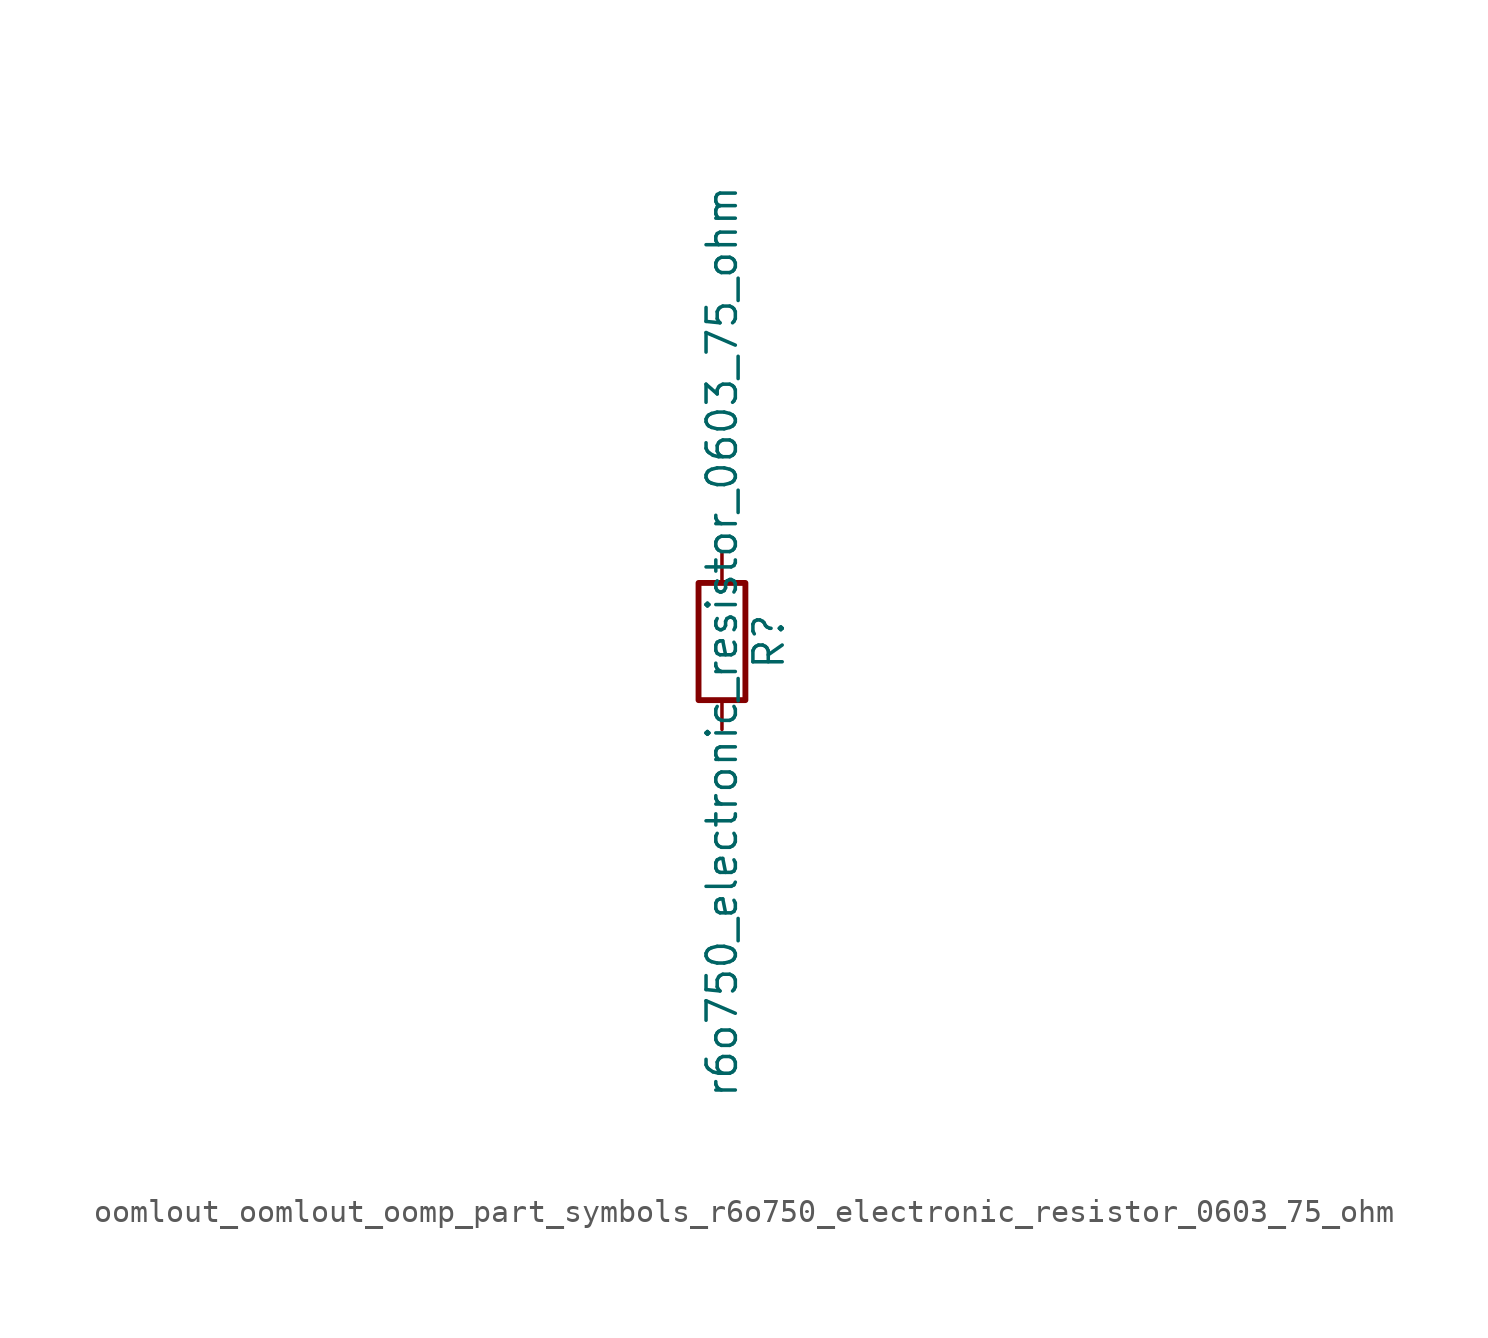
<source format=kicad_sym>
(kicad_symbol_lib
  (version 20220914)
  (generator kicad_symbol_editor)
  (symbol "oomlout_oomlout_oomp_part_symbols_r6o750_electronic_resistor_0603_75_ohm"
    (pin_numbers hide)
    (pin_names
      (offset 0))
    (property "Reference" "R"
      (at 2.032 0 90)
      (effects (font (size 1.27 1.27))))
    (property "Value" "r6o750_electronic_resistor_0603_75_ohm"
      (at 0 0 90)
      (effects (font (size 1.27 1.27))))
    (symbol "oomlout_oomlout_oomp_part_symbols_r6o750_electronic_resistor_0603_75_ohm_0_1"
      (rectangle (start -1.016 -2.54) (end 1.016 2.54) (stroke (width 0.254) (type default)) (fill (type none))))
    (symbol "oomlout_oomlout_oomp_part_symbols_r6o750_electronic_resistor_0603_75_ohm_1_1"
      (pin passive line (at 0 3.81 270) (length 1.27) (name "~" (effects (font (size 1.27 1.27)))) (number "1" (effects (font (size 1.27 1.27)))))
      (pin passive line (at 0 -3.81 90) (length 1.27) (name "~" (effects (font (size 1.27 1.27)))) (number "2" (effects (font (size 1.27 1.27))))))))
</source>
